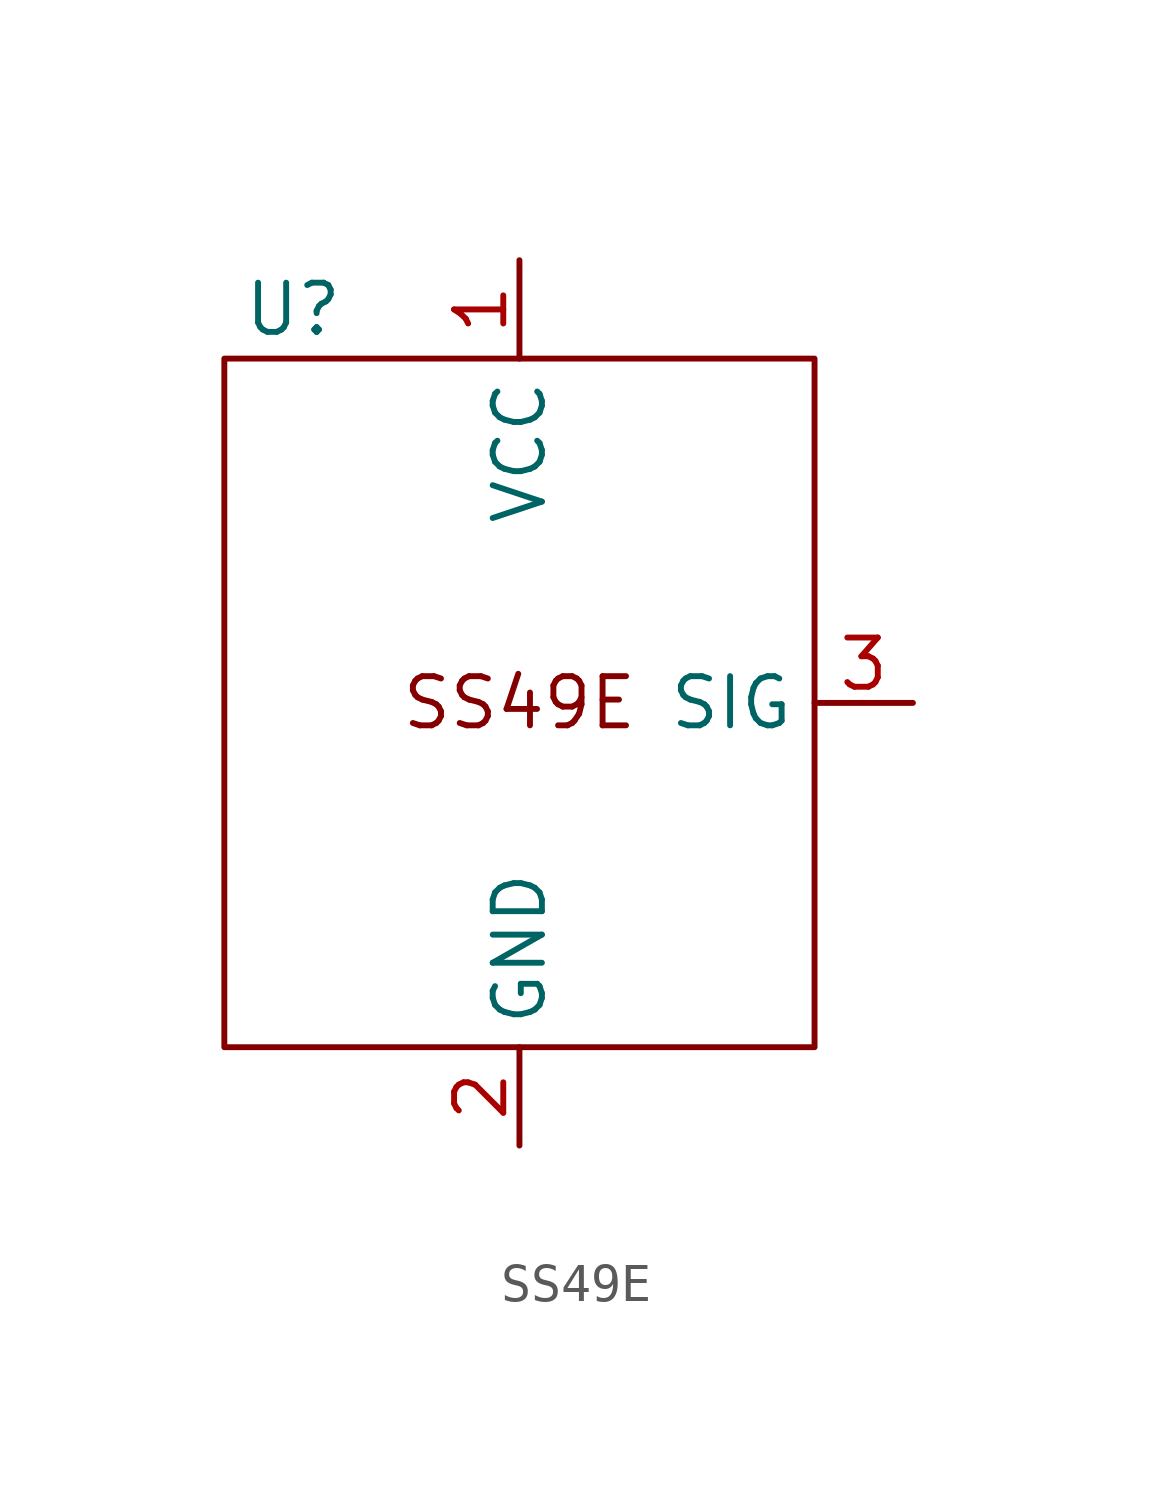
<source format=kicad_sym>
(kicad_symbol_lib
  (version 20231120)
  (generator "kicad_symbol_editor")
  (generator_version "8.0")
  (symbol "SS49E"
    (property "Reference" "U"
      (at -5.842 10.16 0)
      (effects (font (size 1.27 1.27))))
    (property "Value" ""
      (at 0 -3.81 0)
      (effects (font (size 1.27 1.27))))
    (symbol "SS49E_0_1"
      (rectangle (start -7.62 8.89) (end 7.62 -8.89) (stroke (width 0) (type default)) (fill (type none))))
    (symbol "SS49E_1_1"
      (text "SS49E" (at 0 0 0) (effects (font (size 1.27 1.27))))
      (pin power_in line (at 0 11.43 270) (length 2.54) (name "VCC" (effects (font (size 1.27 1.27)))) (number "1" (effects (font (size 1.27 1.27)))))
      (pin power_in line (at 0 -11.43 90) (length 2.54) (name "GND" (effects (font (size 1.27 1.27)))) (number "2" (effects (font (size 1.27 1.27)))))
      (pin output line (at 10.16 0 180) (length 2.54) (name "SIG" (effects (font (size 1.27 1.27)))) (number "3" (effects (font (size 1.27 1.27))))))))
</source>
